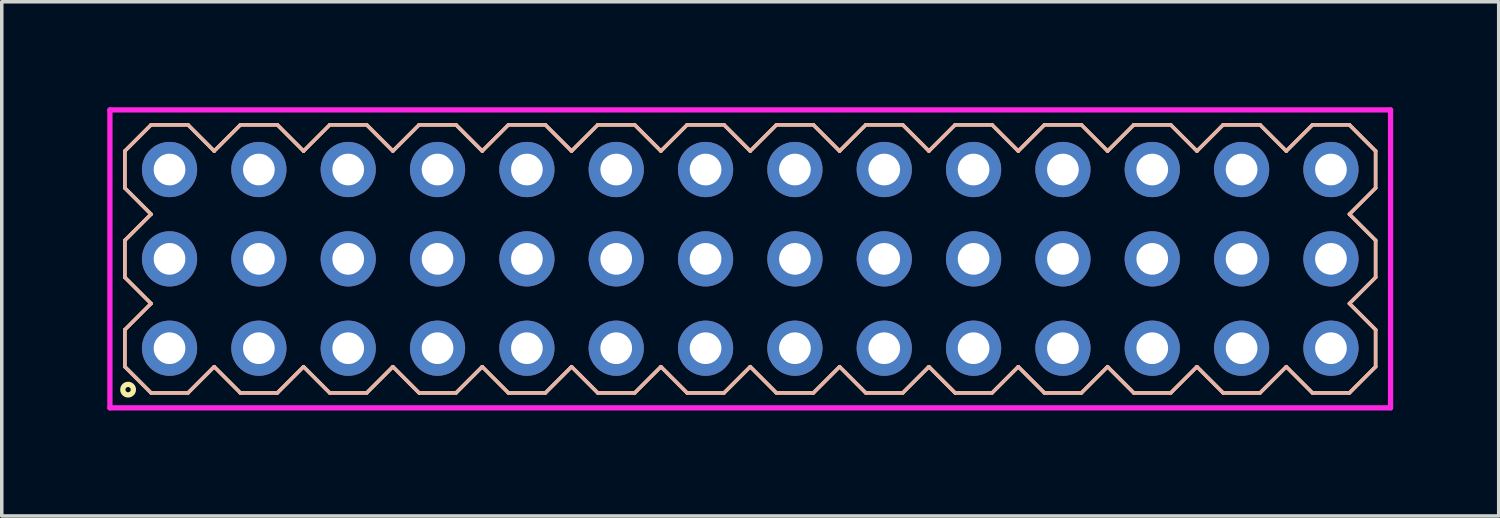
<source format=kicad_pcb>
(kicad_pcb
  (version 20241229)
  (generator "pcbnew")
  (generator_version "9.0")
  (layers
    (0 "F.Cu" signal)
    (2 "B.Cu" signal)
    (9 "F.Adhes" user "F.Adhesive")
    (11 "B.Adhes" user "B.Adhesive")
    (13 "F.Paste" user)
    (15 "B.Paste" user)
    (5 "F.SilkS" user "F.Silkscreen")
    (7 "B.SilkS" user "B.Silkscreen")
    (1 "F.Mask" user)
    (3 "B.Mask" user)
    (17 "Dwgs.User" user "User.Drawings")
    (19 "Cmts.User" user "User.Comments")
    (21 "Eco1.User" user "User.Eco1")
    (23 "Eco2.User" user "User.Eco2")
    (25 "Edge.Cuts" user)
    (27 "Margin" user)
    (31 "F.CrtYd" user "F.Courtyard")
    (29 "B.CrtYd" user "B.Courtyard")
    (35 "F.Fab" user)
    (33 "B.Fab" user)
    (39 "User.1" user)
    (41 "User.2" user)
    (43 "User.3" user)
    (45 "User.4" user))
  (footprint "HDR254P14x3"
    (layer "F.Cu")
    (at 18.28 4.31)
    (property "Reference" "HDR254P14x3" (at 0 0 0) (layer "User.1") (effects (font (size 1 1) (thickness 0.1))))
    (attr through_hole)
    (fp_line (start -17.78 -3.066) (end -17.036 -3.81) (stroke (width 0.1) (type solid)) (layer "F.SilkS"))
    (fp_line (start -17.78 -2.014) (end -17.78 -3.066) (stroke (width 0.1) (type solid)) (layer "F.SilkS"))
    (fp_line (start -17.78 -0.526) (end -17.036 -1.27) (stroke (width 0.1) (type solid)) (layer "F.SilkS"))
    (fp_line (start -17.78 0.526) (end -17.78 -0.526) (stroke (width 0.1) (type solid)) (layer "F.SilkS"))
    (fp_line (start -17.78 2.014) (end -17.036 1.27) (stroke (width 0.1) (type solid)) (layer "F.SilkS"))
    (fp_line (start -17.78 3.066) (end -17.78 2.014) (stroke (width 0.1) (type solid)) (layer "F.SilkS"))
    (fp_line (start -17.036 -3.81) (end -15.984 -3.81) (stroke (width 0.1) (type solid)) (layer "F.SilkS"))
    (fp_line (start -17.036 -1.27) (end -17.78 -2.014) (stroke (width 0.1) (type solid)) (layer "F.SilkS"))
    (fp_line (start -17.036 1.27) (end -17.78 0.526) (stroke (width 0.1) (type solid)) (layer "F.SilkS"))
    (fp_line (start -17.036 3.81) (end -17.78 3.066) (stroke (width 0.1) (type solid)) (layer "F.SilkS"))
    (fp_line (start -15.984 -3.81) (end -15.24 -3.066) (stroke (width 0.1) (type solid)) (layer "F.SilkS"))
    (fp_line (start -15.984 3.81) (end -17.036 3.81) (stroke (width 0.1) (type solid)) (layer "F.SilkS"))
    (fp_line (start -15.24 -3.066) (end -14.496 -3.81) (stroke (width 0.1) (type solid)) (layer "F.SilkS"))
    (fp_line (start -15.24 3.066) (end -15.984 3.81) (stroke (width 0.1) (type solid)) (layer "F.SilkS"))
    (fp_line (start -14.496 -3.81) (end -13.444 -3.81) (stroke (width 0.1) (type solid)) (layer "F.SilkS"))
    (fp_line (start -14.496 3.81) (end -15.24 3.066) (stroke (width 0.1) (type solid)) (layer "F.SilkS"))
    (fp_line (start -13.444 -3.81) (end -12.7 -3.066) (stroke (width 0.1) (type solid)) (layer "F.SilkS"))
    (fp_line (start -13.444 3.81) (end -14.496 3.81) (stroke (width 0.1) (type solid)) (layer "F.SilkS"))
    (fp_line (start -12.7 -3.066) (end -11.956 -3.81) (stroke (width 0.1) (type solid)) (layer "F.SilkS"))
    (fp_line (start -12.7 3.066) (end -13.444 3.81) (stroke (width 0.1) (type solid)) (layer "F.SilkS"))
    (fp_line (start -11.956 -3.81) (end -10.904 -3.81) (stroke (width 0.1) (type solid)) (layer "F.SilkS"))
    (fp_line (start -11.956 3.81) (end -12.7 3.066) (stroke (width 0.1) (type solid)) (layer "F.SilkS"))
    (fp_line (start -10.904 -3.81) (end -10.16 -3.066) (stroke (width 0.1) (type solid)) (layer "F.SilkS"))
    (fp_line (start -10.904 3.81) (end -11.956 3.81) (stroke (width 0.1) (type solid)) (layer "F.SilkS"))
    (fp_line (start -10.16 -3.066) (end -9.416 -3.81) (stroke (width 0.1) (type solid)) (layer "F.SilkS"))
    (fp_line (start -10.16 3.066) (end -10.904 3.81) (stroke (width 0.1) (type solid)) (layer "F.SilkS"))
    (fp_line (start -9.416 -3.81) (end -8.364 -3.81) (stroke (width 0.1) (type solid)) (layer "F.SilkS"))
    (fp_line (start -9.416 3.81) (end -10.16 3.066) (stroke (width 0.1) (type solid)) (layer "F.SilkS"))
    (fp_line (start -8.364 -3.81) (end -7.62 -3.066) (stroke (width 0.1) (type solid)) (layer "F.SilkS"))
    (fp_line (start -8.364 3.81) (end -9.416 3.81) (stroke (width 0.1) (type solid)) (layer "F.SilkS"))
    (fp_line (start -7.62 -3.066) (end -6.876 -3.81) (stroke (width 0.1) (type solid)) (layer "F.SilkS"))
    (fp_line (start -7.62 3.066) (end -8.364 3.81) (stroke (width 0.1) (type solid)) (layer "F.SilkS"))
    (fp_line (start -6.876 -3.81) (end -5.824 -3.81) (stroke (width 0.1) (type solid)) (layer "F.SilkS"))
    (fp_line (start -6.876 3.81) (end -7.62 3.066) (stroke (width 0.1) (type solid)) (layer "F.SilkS"))
    (fp_line (start -5.824 -3.81) (end -5.08 -3.066) (stroke (width 0.1) (type solid)) (layer "F.SilkS"))
    (fp_line (start -5.824 3.81) (end -6.876 3.81) (stroke (width 0.1) (type solid)) (layer "F.SilkS"))
    (fp_line (start -5.08 -3.066) (end -4.336 -3.81) (stroke (width 0.1) (type solid)) (layer "F.SilkS"))
    (fp_line (start -5.08 3.066) (end -5.824 3.81) (stroke (width 0.1) (type solid)) (layer "F.SilkS"))
    (fp_line (start -4.336 -3.81) (end -3.284 -3.81) (stroke (width 0.1) (type solid)) (layer "F.SilkS"))
    (fp_line (start -4.336 3.81) (end -5.08 3.066) (stroke (width 0.1) (type solid)) (layer "F.SilkS"))
    (fp_line (start -3.284 -3.81) (end -2.54 -3.066) (stroke (width 0.1) (type solid)) (layer "F.SilkS"))
    (fp_line (start -3.284 3.81) (end -4.336 3.81) (stroke (width 0.1) (type solid)) (layer "F.SilkS"))
    (fp_line (start -2.54 -3.066) (end -1.796 -3.81) (stroke (width 0.1) (type solid)) (layer "F.SilkS"))
    (fp_line (start -2.54 3.066) (end -3.284 3.81) (stroke (width 0.1) (type solid)) (layer "F.SilkS"))
    (fp_line (start -1.796 -3.81) (end -0.744 -3.81) (stroke (width 0.1) (type solid)) (layer "F.SilkS"))
    (fp_line (start -1.796 3.81) (end -2.54 3.066) (stroke (width 0.1) (type solid)) (layer "F.SilkS"))
    (fp_line (start -0.744 -3.81) (end 0 -3.066) (stroke (width 0.1) (type solid)) (layer "F.SilkS"))
    (fp_line (start -0.744 3.81) (end -1.796 3.81) (stroke (width 0.1) (type solid)) (layer "F.SilkS"))
    (fp_line (start 0 -3.066) (end 0.744 -3.81) (stroke (width 0.1) (type solid)) (layer "F.SilkS"))
    (fp_line (start 0 3.066) (end -0.744 3.81) (stroke (width 0.1) (type solid)) (layer "F.SilkS"))
    (fp_line (start 0.744 -3.81) (end 1.796 -3.81) (stroke (width 0.1) (type solid)) (layer "F.SilkS"))
    (fp_line (start 0.744 3.81) (end 0 3.066) (stroke (width 0.1) (type solid)) (layer "F.SilkS"))
    (fp_line (start 1.796 -3.81) (end 2.54 -3.066) (stroke (width 0.1) (type solid)) (layer "F.SilkS"))
    (fp_line (start 1.796 3.81) (end 0.744 3.81) (stroke (width 0.1) (type solid)) (layer "F.SilkS"))
    (fp_line (start 2.54 -3.066) (end 3.284 -3.81) (stroke (width 0.1) (type solid)) (layer "F.SilkS"))
    (fp_line (start 2.54 3.066) (end 1.796 3.81) (stroke (width 0.1) (type solid)) (layer "F.SilkS"))
    (fp_line (start 3.284 -3.81) (end 4.336 -3.81) (stroke (width 0.1) (type solid)) (layer "F.SilkS"))
    (fp_line (start 3.284 3.81) (end 2.54 3.066) (stroke (width 0.1) (type solid)) (layer "F.SilkS"))
    (fp_line (start 4.336 -3.81) (end 5.08 -3.066) (stroke (width 0.1) (type solid)) (layer "F.SilkS"))
    (fp_line (start 4.336 3.81) (end 3.284 3.81) (stroke (width 0.1) (type solid)) (layer "F.SilkS"))
    (fp_line (start 5.08 -3.066) (end 5.824 -3.81) (stroke (width 0.1) (type solid)) (layer "F.SilkS"))
    (fp_line (start 5.08 3.066) (end 4.336 3.81) (stroke (width 0.1) (type solid)) (layer "F.SilkS"))
    (fp_line (start 5.824 -3.81) (end 6.876 -3.81) (stroke (width 0.1) (type solid)) (layer "F.SilkS"))
    (fp_line (start 5.824 3.81) (end 5.08 3.066) (stroke (width 0.1) (type solid)) (layer "F.SilkS"))
    (fp_line (start 6.876 -3.81) (end 7.62 -3.066) (stroke (width 0.1) (type solid)) (layer "F.SilkS"))
    (fp_line (start 6.876 3.81) (end 5.824 3.81) (stroke (width 0.1) (type solid)) (layer "F.SilkS"))
    (fp_line (start 7.62 -3.066) (end 8.364 -3.81) (stroke (width 0.1) (type solid)) (layer "F.SilkS"))
    (fp_line (start 7.62 3.066) (end 6.876 3.81) (stroke (width 0.1) (type solid)) (layer "F.SilkS"))
    (fp_line (start 8.364 -3.81) (end 9.416 -3.81) (stroke (width 0.1) (type solid)) (layer "F.SilkS"))
    (fp_line (start 8.364 3.81) (end 7.62 3.066) (stroke (width 0.1) (type solid)) (layer "F.SilkS"))
    (fp_line (start 9.416 -3.81) (end 10.16 -3.066) (stroke (width 0.1) (type solid)) (layer "F.SilkS"))
    (fp_line (start 9.416 3.81) (end 8.364 3.81) (stroke (width 0.1) (type solid)) (layer "F.SilkS"))
    (fp_line (start 10.16 -3.066) (end 10.904 -3.81) (stroke (width 0.1) (type solid)) (layer "F.SilkS"))
    (fp_line (start 10.16 3.066) (end 9.416 3.81) (stroke (width 0.1) (type solid)) (layer "F.SilkS"))
    (fp_line (start 10.904 -3.81) (end 11.956 -3.81) (stroke (width 0.1) (type solid)) (layer "F.SilkS"))
    (fp_line (start 10.904 3.81) (end 10.16 3.066) (stroke (width 0.1) (type solid)) (layer "F.SilkS"))
    (fp_line (start 11.956 -3.81) (end 12.7 -3.066) (stroke (width 0.1) (type solid)) (layer "F.SilkS"))
    (fp_line (start 11.956 3.81) (end 10.904 3.81) (stroke (width 0.1) (type solid)) (layer "F.SilkS"))
    (fp_line (start 12.7 -3.066) (end 13.444 -3.81) (stroke (width 0.1) (type solid)) (layer "F.SilkS"))
    (fp_line (start 12.7 3.066) (end 11.956 3.81) (stroke (width 0.1) (type solid)) (layer "F.SilkS"))
    (fp_line (start 13.444 -3.81) (end 14.496 -3.81) (stroke (width 0.1) (type solid)) (layer "F.SilkS"))
    (fp_line (start 13.444 3.81) (end 12.7 3.066) (stroke (width 0.1) (type solid)) (layer "F.SilkS"))
    (fp_line (start 14.496 -3.81) (end 15.24 -3.066) (stroke (width 0.1) (type solid)) (layer "F.SilkS"))
    (fp_line (start 14.496 3.81) (end 13.444 3.81) (stroke (width 0.1) (type solid)) (layer "F.SilkS"))
    (fp_line (start 15.24 -3.066) (end 15.984 -3.81) (stroke (width 0.1) (type solid)) (layer "F.SilkS"))
    (fp_line (start 15.24 3.066) (end 14.496 3.81) (stroke (width 0.1) (type solid)) (layer "F.SilkS"))
    (fp_line (start 15.984 -3.81) (end 17.036 -3.81) (stroke (width 0.1) (type solid)) (layer "F.SilkS"))
    (fp_line (start 15.984 3.81) (end 15.24 3.066) (stroke (width 0.1) (type solid)) (layer "F.SilkS"))
    (fp_line (start 17.036 -3.81) (end 17.78 -3.066) (stroke (width 0.1) (type solid)) (layer "F.SilkS"))
    (fp_line (start 17.036 -1.27) (end 17.78 -0.526) (stroke (width 0.1) (type solid)) (layer "F.SilkS"))
    (fp_line (start 17.036 1.27) (end 17.78 2.014) (stroke (width 0.1) (type solid)) (layer "F.SilkS"))
    (fp_line (start 17.036 3.81) (end 15.984 3.81) (stroke (width 0.1) (type solid)) (layer "F.SilkS"))
    (fp_line (start 17.78 -3.066) (end 17.78 -2.014) (stroke (width 0.1) (type solid)) (layer "F.SilkS"))
    (fp_line (start 17.78 -2.014) (end 17.036 -1.27) (stroke (width 0.1) (type solid)) (layer "F.SilkS"))
    (fp_line (start 17.78 -0.526) (end 17.78 0.526) (stroke (width 0.1) (type solid)) (layer "F.SilkS"))
    (fp_line (start 17.78 0.526) (end 17.036 1.27) (stroke (width 0.1) (type solid)) (layer "F.SilkS"))
    (fp_line (start 17.78 2.014) (end 17.78 3.066) (stroke (width 0.1) (type solid)) (layer "F.SilkS"))
    (fp_line (start 17.78 3.066) (end 17.036 3.81) (stroke (width 0.1) (type solid)) (layer "F.SilkS"))
    (fp_circle (center -17.688 3.718) (end -17.538 3.718) (stroke (width 0.15) (type solid)) (fill no) (layer "F.SilkS"))
    (fp_line (start -17.78 -3.066) (end -17.036 -3.81) (stroke (width 0.1) (type solid)) (layer "B.SilkS"))
    (fp_line (start -17.78 -2.014) (end -17.78 -3.066) (stroke (width 0.1) (type solid)) (layer "B.SilkS"))
    (fp_line (start -17.78 -0.526) (end -17.036 -1.27) (stroke (width 0.1) (type solid)) (layer "B.SilkS"))
    (fp_line (start -17.78 0.526) (end -17.78 -0.526) (stroke (width 0.1) (type solid)) (layer "B.SilkS"))
    (fp_line (start -17.78 2.014) (end -17.036 1.27) (stroke (width 0.1) (type solid)) (layer "B.SilkS"))
    (fp_line (start -17.78 3.066) (end -17.78 2.014) (stroke (width 0.1) (type solid)) (layer "B.SilkS"))
    (fp_line (start -17.036 -3.81) (end -15.984 -3.81) (stroke (width 0.1) (type solid)) (layer "B.SilkS"))
    (fp_line (start -17.036 -1.27) (end -17.78 -2.014) (stroke (width 0.1) (type solid)) (layer "B.SilkS"))
    (fp_line (start -17.036 1.27) (end -17.78 0.526) (stroke (width 0.1) (type solid)) (layer "B.SilkS"))
    (fp_line (start -17.036 3.81) (end -17.78 3.066) (stroke (width 0.1) (type solid)) (layer "B.SilkS"))
    (fp_line (start -15.984 -3.81) (end -15.24 -3.066) (stroke (width 0.1) (type solid)) (layer "B.SilkS"))
    (fp_line (start -15.984 3.81) (end -17.036 3.81) (stroke (width 0.1) (type solid)) (layer "B.SilkS"))
    (fp_line (start -15.24 -3.066) (end -14.496 -3.81) (stroke (width 0.1) (type solid)) (layer "B.SilkS"))
    (fp_line (start -15.24 3.066) (end -15.984 3.81) (stroke (width 0.1) (type solid)) (layer "B.SilkS"))
    (fp_line (start -14.496 -3.81) (end -13.444 -3.81) (stroke (width 0.1) (type solid)) (layer "B.SilkS"))
    (fp_line (start -14.496 3.81) (end -15.24 3.066) (stroke (width 0.1) (type solid)) (layer "B.SilkS"))
    (fp_line (start -13.444 -3.81) (end -12.7 -3.066) (stroke (width 0.1) (type solid)) (layer "B.SilkS"))
    (fp_line (start -13.444 3.81) (end -14.496 3.81) (stroke (width 0.1) (type solid)) (layer "B.SilkS"))
    (fp_line (start -12.7 -3.066) (end -11.956 -3.81) (stroke (width 0.1) (type solid)) (layer "B.SilkS"))
    (fp_line (start -12.7 3.066) (end -13.444 3.81) (stroke (width 0.1) (type solid)) (layer "B.SilkS"))
    (fp_line (start -11.956 -3.81) (end -10.904 -3.81) (stroke (width 0.1) (type solid)) (layer "B.SilkS"))
    (fp_line (start -11.956 3.81) (end -12.7 3.066) (stroke (width 0.1) (type solid)) (layer "B.SilkS"))
    (fp_line (start -10.904 -3.81) (end -10.16 -3.066) (stroke (width 0.1) (type solid)) (layer "B.SilkS"))
    (fp_line (start -10.904 3.81) (end -11.956 3.81) (stroke (width 0.1) (type solid)) (layer "B.SilkS"))
    (fp_line (start -10.16 -3.066) (end -9.416 -3.81) (stroke (width 0.1) (type solid)) (layer "B.SilkS"))
    (fp_line (start -10.16 3.066) (end -10.904 3.81) (stroke (width 0.1) (type solid)) (layer "B.SilkS"))
    (fp_line (start -9.416 -3.81) (end -8.364 -3.81) (stroke (width 0.1) (type solid)) (layer "B.SilkS"))
    (fp_line (start -9.416 3.81) (end -10.16 3.066) (stroke (width 0.1) (type solid)) (layer "B.SilkS"))
    (fp_line (start -8.364 -3.81) (end -7.62 -3.066) (stroke (width 0.1) (type solid)) (layer "B.SilkS"))
    (fp_line (start -8.364 3.81) (end -9.416 3.81) (stroke (width 0.1) (type solid)) (layer "B.SilkS"))
    (fp_line (start -7.62 -3.066) (end -6.876 -3.81) (stroke (width 0.1) (type solid)) (layer "B.SilkS"))
    (fp_line (start -7.62 3.066) (end -8.364 3.81) (stroke (width 0.1) (type solid)) (layer "B.SilkS"))
    (fp_line (start -6.876 -3.81) (end -5.824 -3.81) (stroke (width 0.1) (type solid)) (layer "B.SilkS"))
    (fp_line (start -6.876 3.81) (end -7.62 3.066) (stroke (width 0.1) (type solid)) (layer "B.SilkS"))
    (fp_line (start -5.824 -3.81) (end -5.08 -3.066) (stroke (width 0.1) (type solid)) (layer "B.SilkS"))
    (fp_line (start -5.824 3.81) (end -6.876 3.81) (stroke (width 0.1) (type solid)) (layer "B.SilkS"))
    (fp_line (start -5.08 -3.066) (end -4.336 -3.81) (stroke (width 0.1) (type solid)) (layer "B.SilkS"))
    (fp_line (start -5.08 3.066) (end -5.824 3.81) (stroke (width 0.1) (type solid)) (layer "B.SilkS"))
    (fp_line (start -4.336 -3.81) (end -3.284 -3.81) (stroke (width 0.1) (type solid)) (layer "B.SilkS"))
    (fp_line (start -4.336 3.81) (end -5.08 3.066) (stroke (width 0.1) (type solid)) (layer "B.SilkS"))
    (fp_line (start -3.284 -3.81) (end -2.54 -3.066) (stroke (width 0.1) (type solid)) (layer "B.SilkS"))
    (fp_line (start -3.284 3.81) (end -4.336 3.81) (stroke (width 0.1) (type solid)) (layer "B.SilkS"))
    (fp_line (start -2.54 -3.066) (end -1.796 -3.81) (stroke (width 0.1) (type solid)) (layer "B.SilkS"))
    (fp_line (start -2.54 3.066) (end -3.284 3.81) (stroke (width 0.1) (type solid)) (layer "B.SilkS"))
    (fp_line (start -1.796 -3.81) (end -0.744 -3.81) (stroke (width 0.1) (type solid)) (layer "B.SilkS"))
    (fp_line (start -1.796 3.81) (end -2.54 3.066) (stroke (width 0.1) (type solid)) (layer "B.SilkS"))
    (fp_line (start -0.744 -3.81) (end 0 -3.066) (stroke (width 0.1) (type solid)) (layer "B.SilkS"))
    (fp_line (start -0.744 3.81) (end -1.796 3.81) (stroke (width 0.1) (type solid)) (layer "B.SilkS"))
    (fp_line (start 0 -3.066) (end 0.744 -3.81) (stroke (width 0.1) (type solid)) (layer "B.SilkS"))
    (fp_line (start 0 3.066) (end -0.744 3.81) (stroke (width 0.1) (type solid)) (layer "B.SilkS"))
    (fp_line (start 0.744 -3.81) (end 1.796 -3.81) (stroke (width 0.1) (type solid)) (layer "B.SilkS"))
    (fp_line (start 0.744 3.81) (end 0 3.066) (stroke (width 0.1) (type solid)) (layer "B.SilkS"))
    (fp_line (start 1.796 -3.81) (end 2.54 -3.066) (stroke (width 0.1) (type solid)) (layer "B.SilkS"))
    (fp_line (start 1.796 3.81) (end 0.744 3.81) (stroke (width 0.1) (type solid)) (layer "B.SilkS"))
    (fp_line (start 2.54 -3.066) (end 3.284 -3.81) (stroke (width 0.1) (type solid)) (layer "B.SilkS"))
    (fp_line (start 2.54 3.066) (end 1.796 3.81) (stroke (width 0.1) (type solid)) (layer "B.SilkS"))
    (fp_line (start 3.284 -3.81) (end 4.336 -3.81) (stroke (width 0.1) (type solid)) (layer "B.SilkS"))
    (fp_line (start 3.284 3.81) (end 2.54 3.066) (stroke (width 0.1) (type solid)) (layer "B.SilkS"))
    (fp_line (start 4.336 -3.81) (end 5.08 -3.066) (stroke (width 0.1) (type solid)) (layer "B.SilkS"))
    (fp_line (start 4.336 3.81) (end 3.284 3.81) (stroke (width 0.1) (type solid)) (layer "B.SilkS"))
    (fp_line (start 5.08 -3.066) (end 5.824 -3.81) (stroke (width 0.1) (type solid)) (layer "B.SilkS"))
    (fp_line (start 5.08 3.066) (end 4.336 3.81) (stroke (width 0.1) (type solid)) (layer "B.SilkS"))
    (fp_line (start 5.824 -3.81) (end 6.876 -3.81) (stroke (width 0.1) (type solid)) (layer "B.SilkS"))
    (fp_line (start 5.824 3.81) (end 5.08 3.066) (stroke (width 0.1) (type solid)) (layer "B.SilkS"))
    (fp_line (start 6.876 -3.81) (end 7.62 -3.066) (stroke (width 0.1) (type solid)) (layer "B.SilkS"))
    (fp_line (start 6.876 3.81) (end 5.824 3.81) (stroke (width 0.1) (type solid)) (layer "B.SilkS"))
    (fp_line (start 7.62 -3.066) (end 8.364 -3.81) (stroke (width 0.1) (type solid)) (layer "B.SilkS"))
    (fp_line (start 7.62 3.066) (end 6.876 3.81) (stroke (width 0.1) (type solid)) (layer "B.SilkS"))
    (fp_line (start 8.364 -3.81) (end 9.416 -3.81) (stroke (width 0.1) (type solid)) (layer "B.SilkS"))
    (fp_line (start 8.364 3.81) (end 7.62 3.066) (stroke (width 0.1) (type solid)) (layer "B.SilkS"))
    (fp_line (start 9.416 -3.81) (end 10.16 -3.066) (stroke (width 0.1) (type solid)) (layer "B.SilkS"))
    (fp_line (start 9.416 3.81) (end 8.364 3.81) (stroke (width 0.1) (type solid)) (layer "B.SilkS"))
    (fp_line (start 10.16 -3.066) (end 10.904 -3.81) (stroke (width 0.1) (type solid)) (layer "B.SilkS"))
    (fp_line (start 10.16 3.066) (end 9.416 3.81) (stroke (width 0.1) (type solid)) (layer "B.SilkS"))
    (fp_line (start 10.904 -3.81) (end 11.956 -3.81) (stroke (width 0.1) (type solid)) (layer "B.SilkS"))
    (fp_line (start 10.904 3.81) (end 10.16 3.066) (stroke (width 0.1) (type solid)) (layer "B.SilkS"))
    (fp_line (start 11.956 -3.81) (end 12.7 -3.066) (stroke (width 0.1) (type solid)) (layer "B.SilkS"))
    (fp_line (start 11.956 3.81) (end 10.904 3.81) (stroke (width 0.1) (type solid)) (layer "B.SilkS"))
    (fp_line (start 12.7 -3.066) (end 13.444 -3.81) (stroke (width 0.1) (type solid)) (layer "B.SilkS"))
    (fp_line (start 12.7 3.066) (end 11.956 3.81) (stroke (width 0.1) (type solid)) (layer "B.SilkS"))
    (fp_line (start 13.444 -3.81) (end 14.496 -3.81) (stroke (width 0.1) (type solid)) (layer "B.SilkS"))
    (fp_line (start 13.444 3.81) (end 12.7 3.066) (stroke (width 0.1) (type solid)) (layer "B.SilkS"))
    (fp_line (start 14.496 -3.81) (end 15.24 -3.066) (stroke (width 0.1) (type solid)) (layer "B.SilkS"))
    (fp_line (start 14.496 3.81) (end 13.444 3.81) (stroke (width 0.1) (type solid)) (layer "B.SilkS"))
    (fp_line (start 15.24 -3.066) (end 15.984 -3.81) (stroke (width 0.1) (type solid)) (layer "B.SilkS"))
    (fp_line (start 15.24 3.066) (end 14.496 3.81) (stroke (width 0.1) (type solid)) (layer "B.SilkS"))
    (fp_line (start 15.984 -3.81) (end 17.036 -3.81) (stroke (width 0.1) (type solid)) (layer "B.SilkS"))
    (fp_line (start 15.984 3.81) (end 15.24 3.066) (stroke (width 0.1) (type solid)) (layer "B.SilkS"))
    (fp_line (start 17.036 -3.81) (end 17.78 -3.066) (stroke (width 0.1) (type solid)) (layer "B.SilkS"))
    (fp_line (start 17.036 -1.27) (end 17.78 -0.526) (stroke (width 0.1) (type solid)) (layer "B.SilkS"))
    (fp_line (start 17.036 1.27) (end 17.78 2.014) (stroke (width 0.1) (type solid)) (layer "B.SilkS"))
    (fp_line (start 17.036 3.81) (end 15.984 3.81) (stroke (width 0.1) (type solid)) (layer "B.SilkS"))
    (fp_line (start 17.78 -3.066) (end 17.78 -2.014) (stroke (width 0.1) (type solid)) (layer "B.SilkS"))
    (fp_line (start 17.78 -2.014) (end 17.036 -1.27) (stroke (width 0.1) (type solid)) (layer "B.SilkS"))
    (fp_line (start 17.78 -0.526) (end 17.78 0.526) (stroke (width 0.1) (type solid)) (layer "B.SilkS"))
    (fp_line (start 17.78 0.526) (end 17.036 1.27) (stroke (width 0.1) (type solid)) (layer "B.SilkS"))
    (fp_line (start 17.78 2.014) (end 17.78 3.066) (stroke (width 0.1) (type solid)) (layer "B.SilkS"))
    (fp_line (start 17.78 3.066) (end 17.036 3.81) (stroke (width 0.1) (type solid)) (layer "B.SilkS"))
    (fp_line (start -18.205 -4.235) (end -18.205 4.235) (stroke (width 0.15) (type solid)) (layer "F.CrtYd"))
    (fp_line (start -18.205 4.235) (end 18.205 4.235) (stroke (width 0.15) (type solid)) (layer "F.CrtYd"))
    (fp_line (start 18.205 -4.235) (end -18.205 -4.235) (stroke (width 0.15) (type solid)) (layer "F.CrtYd"))
    (fp_line (start 18.205 4.235) (end 18.205 -4.235) (stroke (width 0.15) (type solid)) (layer "F.CrtYd"))
    (pad "1" thru_hole oval (at -16.51 2.54) (size 1.57 1.57) (drill 0.9) (layers "*.Cu" "*.Mask"))
    (pad "2" thru_hole oval (at -16.51 0) (size 1.57 1.57) (drill 0.9) (layers "*.Cu" "*.Mask"))
    (pad "3" thru_hole oval (at -16.51 -2.54) (size 1.57 1.57) (drill 0.9) (layers "*.Cu" "*.Mask"))
    (pad "4" thru_hole oval (at -13.97 2.54) (size 1.57 1.57) (drill 0.9) (layers "*.Cu" "*.Mask"))
    (pad "5" thru_hole oval (at -13.97 0) (size 1.57 1.57) (drill 0.9) (layers "*.Cu" "*.Mask"))
    (pad "6" thru_hole oval (at -13.97 -2.54) (size 1.57 1.57) (drill 0.9) (layers "*.Cu" "*.Mask"))
    (pad "7" thru_hole oval (at -11.43 2.54) (size 1.57 1.57) (drill 0.9) (layers "*.Cu" "*.Mask"))
    (pad "8" thru_hole oval (at -11.43 0) (size 1.57 1.57) (drill 0.9) (layers "*.Cu" "*.Mask"))
    (pad "9" thru_hole oval (at -11.43 -2.54) (size 1.57 1.57) (drill 0.9) (layers "*.Cu" "*.Mask"))
    (pad "10" thru_hole oval (at -8.89 2.54) (size 1.57 1.57) (drill 0.9) (layers "*.Cu" "*.Mask"))
    (pad "11" thru_hole oval (at -8.89 0) (size 1.57 1.57) (drill 0.9) (layers "*.Cu" "*.Mask"))
    (pad "12" thru_hole oval (at -8.89 -2.54) (size 1.57 1.57) (drill 0.9) (layers "*.Cu" "*.Mask"))
    (pad "13" thru_hole oval (at -6.35 2.54) (size 1.57 1.57) (drill 0.9) (layers "*.Cu" "*.Mask"))
    (pad "14" thru_hole oval (at -6.35 0) (size 1.57 1.57) (drill 0.9) (layers "*.Cu" "*.Mask"))
    (pad "15" thru_hole oval (at -6.35 -2.54) (size 1.57 1.57) (drill 0.9) (layers "*.Cu" "*.Mask"))
    (pad "16" thru_hole oval (at -3.81 2.54) (size 1.57 1.57) (drill 0.9) (layers "*.Cu" "*.Mask"))
    (pad "17" thru_hole oval (at -3.81 0) (size 1.57 1.57) (drill 0.9) (layers "*.Cu" "*.Mask"))
    (pad "18" thru_hole oval (at -3.81 -2.54) (size 1.57 1.57) (drill 0.9) (layers "*.Cu" "*.Mask"))
    (pad "19" thru_hole oval (at -1.27 2.54) (size 1.57 1.57) (drill 0.9) (layers "*.Cu" "*.Mask"))
    (pad "20" thru_hole oval (at -1.27 0) (size 1.57 1.57) (drill 0.9) (layers "*.Cu" "*.Mask"))
    (pad "21" thru_hole oval (at -1.27 -2.54) (size 1.57 1.57) (drill 0.9) (layers "*.Cu" "*.Mask"))
    (pad "22" thru_hole oval (at 1.27 2.54) (size 1.57 1.57) (drill 0.9) (layers "*.Cu" "*.Mask"))
    (pad "23" thru_hole oval (at 1.27 0) (size 1.57 1.57) (drill 0.9) (layers "*.Cu" "*.Mask"))
    (pad "24" thru_hole oval (at 1.27 -2.54) (size 1.57 1.57) (drill 0.9) (layers "*.Cu" "*.Mask"))
    (pad "25" thru_hole oval (at 3.81 2.54) (size 1.57 1.57) (drill 0.9) (layers "*.Cu" "*.Mask"))
    (pad "26" thru_hole oval (at 3.81 0) (size 1.57 1.57) (drill 0.9) (layers "*.Cu" "*.Mask"))
    (pad "27" thru_hole oval (at 3.81 -2.54) (size 1.57 1.57) (drill 0.9) (layers "*.Cu" "*.Mask"))
    (pad "28" thru_hole oval (at 6.35 2.54) (size 1.57 1.57) (drill 0.9) (layers "*.Cu" "*.Mask"))
    (pad "29" thru_hole oval (at 6.35 0) (size 1.57 1.57) (drill 0.9) (layers "*.Cu" "*.Mask"))
    (pad "30" thru_hole oval (at 6.35 -2.54) (size 1.57 1.57) (drill 0.9) (layers "*.Cu" "*.Mask"))
    (pad "31" thru_hole oval (at 8.89 2.54) (size 1.57 1.57) (drill 0.9) (layers "*.Cu" "*.Mask"))
    (pad "32" thru_hole oval (at 8.89 0) (size 1.57 1.57) (drill 0.9) (layers "*.Cu" "*.Mask"))
    (pad "33" thru_hole oval (at 8.89 -2.54) (size 1.57 1.57) (drill 0.9) (layers "*.Cu" "*.Mask"))
    (pad "34" thru_hole oval (at 11.43 2.54) (size 1.57 1.57) (drill 0.9) (layers "*.Cu" "*.Mask"))
    (pad "35" thru_hole oval (at 11.43 0) (size 1.57 1.57) (drill 0.9) (layers "*.Cu" "*.Mask"))
    (pad "36" thru_hole oval (at 11.43 -2.54) (size 1.57 1.57) (drill 0.9) (layers "*.Cu" "*.Mask"))
    (pad "37" thru_hole oval (at 13.97 2.54) (size 1.57 1.57) (drill 0.9) (layers "*.Cu" "*.Mask"))
    (pad "38" thru_hole oval (at 13.97 0) (size 1.57 1.57) (drill 0.9) (layers "*.Cu" "*.Mask"))
    (pad "39" thru_hole oval (at 13.97 -2.54) (size 1.57 1.57) (drill 0.9) (layers "*.Cu" "*.Mask"))
    (pad "40" thru_hole oval (at 16.51 2.54) (size 1.57 1.57) (drill 0.9) (layers "*.Cu" "*.Mask"))
    (pad "41" thru_hole oval (at 16.51 0) (size 1.57 1.57) (drill 0.9) (layers "*.Cu" "*.Mask"))
    (pad "42" thru_hole oval (at 16.51 -2.54) (size 1.57 1.57) (drill 0.9) (layers "*.Cu" "*.Mask")))
  (gr_rect
    (start -3 -3)
    (end 39.56 11.62)
    (stroke (width 0.1) (type default))
    (fill no)
    (layer "Edge.Cuts")))
</source>
